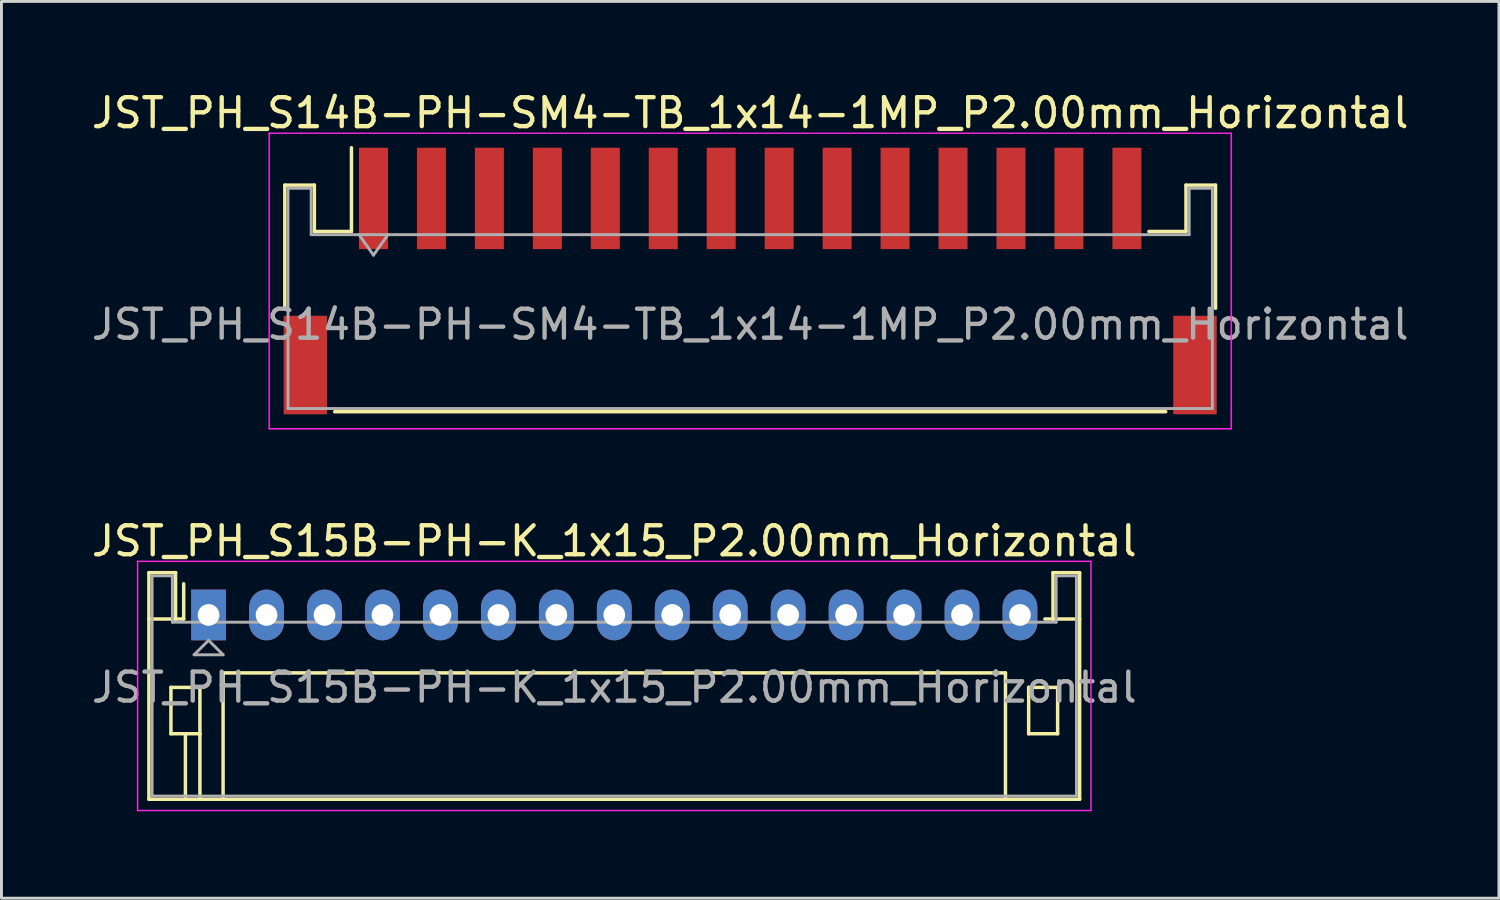
<source format=kicad_pcb>
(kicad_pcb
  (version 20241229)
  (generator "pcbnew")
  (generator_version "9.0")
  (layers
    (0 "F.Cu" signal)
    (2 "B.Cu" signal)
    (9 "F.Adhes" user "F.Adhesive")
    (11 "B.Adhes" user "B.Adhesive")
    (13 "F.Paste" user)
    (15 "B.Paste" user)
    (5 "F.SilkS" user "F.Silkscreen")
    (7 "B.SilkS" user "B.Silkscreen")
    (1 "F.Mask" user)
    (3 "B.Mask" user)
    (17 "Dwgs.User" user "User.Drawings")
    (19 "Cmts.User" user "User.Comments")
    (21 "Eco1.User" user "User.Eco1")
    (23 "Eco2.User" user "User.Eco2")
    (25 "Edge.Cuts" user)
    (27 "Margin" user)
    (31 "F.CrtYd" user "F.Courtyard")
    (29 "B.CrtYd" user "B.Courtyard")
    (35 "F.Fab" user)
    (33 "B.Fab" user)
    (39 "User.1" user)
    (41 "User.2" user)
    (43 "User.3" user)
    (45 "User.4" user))
  (footprint "JST_PH_S15B-PH-K_1x15_P2.00mm_Horizontal"
    (layer "F.Cu")
    (at 4.149 18.172)
    (property "Reference" "JST_PH_S15B-PH-K_1x15_P2.00mm_Horizontal" (at 14 -2.55 0) (layer "F.SilkS") (effects (font (size 1 1) (thickness 0.15))))
    (attr through_hole)
    (fp_line (start -2.06 -1.46) (end -2.06 6.36) (stroke (width 0.12) (type solid)) (layer "F.SilkS"))
    (fp_line (start -2.06 0.14) (end -1.14 0.14) (stroke (width 0.12) (type solid)) (layer "F.SilkS"))
    (fp_line (start -2.06 6.36) (end 30.06 6.36) (stroke (width 0.12) (type solid)) (layer "F.SilkS"))
    (fp_line (start -1.3 2.5) (end -1.3 4.1) (stroke (width 0.12) (type solid)) (layer "F.SilkS"))
    (fp_line (start -1.3 4.1) (end -0.3 4.1) (stroke (width 0.12) (type solid)) (layer "F.SilkS"))
    (fp_line (start -1.14 -1.46) (end -2.06 -1.46) (stroke (width 0.12) (type solid)) (layer "F.SilkS"))
    (fp_line (start -1.14 0.14) (end -1.14 -1.46) (stroke (width 0.12) (type solid)) (layer "F.SilkS"))
    (fp_line (start -0.86 0.14) (end -1.14 0.14) (stroke (width 0.12) (type solid)) (layer "F.SilkS"))
    (fp_line (start -0.86 0.14) (end -0.86 -1.075) (stroke (width 0.12) (type solid)) (layer "F.SilkS"))
    (fp_line (start -0.8 4.1) (end -0.8 6.36) (stroke (width 0.12) (type solid)) (layer "F.SilkS"))
    (fp_line (start -0.3 2.5) (end -1.3 2.5) (stroke (width 0.12) (type solid)) (layer "F.SilkS"))
    (fp_line (start -0.3 4.1) (end -0.3 2.5) (stroke (width 0.12) (type solid)) (layer "F.SilkS"))
    (fp_line (start -0.3 4.1) (end -0.3 6.36) (stroke (width 0.12) (type solid)) (layer "F.SilkS"))
    (fp_line (start 0.5 2) (end 27.5 2) (stroke (width 0.12) (type solid)) (layer "F.SilkS"))
    (fp_line (start 0.5 6.36) (end 0.5 2) (stroke (width 0.12) (type solid)) (layer "F.SilkS"))
    (fp_line (start 27.5 2) (end 27.5 6.36) (stroke (width 0.12) (type solid)) (layer "F.SilkS"))
    (fp_line (start 28.3 2.5) (end 29.3 2.5) (stroke (width 0.12) (type solid)) (layer "F.SilkS"))
    (fp_line (start 28.3 4.1) (end 28.3 2.5) (stroke (width 0.12) (type solid)) (layer "F.SilkS"))
    (fp_line (start 29.14 -1.46) (end 29.14 0.14) (stroke (width 0.12) (type solid)) (layer "F.SilkS"))
    (fp_line (start 29.14 0.14) (end 28.86 0.14) (stroke (width 0.12) (type solid)) (layer "F.SilkS"))
    (fp_line (start 29.3 2.5) (end 29.3 4.1) (stroke (width 0.12) (type solid)) (layer "F.SilkS"))
    (fp_line (start 29.3 4.1) (end 28.3 4.1) (stroke (width 0.12) (type solid)) (layer "F.SilkS"))
    (fp_line (start 30.06 -1.46) (end 29.14 -1.46) (stroke (width 0.12) (type solid)) (layer "F.SilkS"))
    (fp_line (start 30.06 0.14) (end 29.14 0.14) (stroke (width 0.12) (type solid)) (layer "F.SilkS"))
    (fp_line (start 30.06 6.36) (end 30.06 -1.46) (stroke (width 0.12) (type solid)) (layer "F.SilkS"))
    (fp_line (start -2.45 -1.85) (end -2.45 6.75) (stroke (width 0.05) (type solid)) (layer "F.CrtYd"))
    (fp_line (start -2.45 6.75) (end 30.45 6.75) (stroke (width 0.05) (type solid)) (layer "F.CrtYd"))
    (fp_line (start 30.45 -1.85) (end -2.45 -1.85) (stroke (width 0.05) (type solid)) (layer "F.CrtYd"))
    (fp_line (start 30.45 6.75) (end 30.45 -1.85) (stroke (width 0.05) (type solid)) (layer "F.CrtYd"))
    (fp_line (start -1.95 -1.35) (end -1.95 6.25) (stroke (width 0.1) (type solid)) (layer "F.Fab"))
    (fp_line (start -1.95 6.25) (end 29.95 6.25) (stroke (width 0.1) (type solid)) (layer "F.Fab"))
    (fp_line (start -1.25 -1.35) (end -1.95 -1.35) (stroke (width 0.1) (type solid)) (layer "F.Fab"))
    (fp_line (start -1.25 0.25) (end -1.25 -1.35) (stroke (width 0.1) (type solid)) (layer "F.Fab"))
    (fp_line (start -0.5 1.375) (end 0.5 1.375) (stroke (width 0.1) (type solid)) (layer "F.Fab"))
    (fp_line (start 0 0.875) (end -0.5 1.375) (stroke (width 0.1) (type solid)) (layer "F.Fab"))
    (fp_line (start 0.5 1.375) (end 0 0.875) (stroke (width 0.1) (type solid)) (layer "F.Fab"))
    (fp_line (start 29.25 -1.35) (end 29.25 0.25) (stroke (width 0.1) (type solid)) (layer "F.Fab"))
    (fp_line (start 29.25 0.25) (end -1.25 0.25) (stroke (width 0.1) (type solid)) (layer "F.Fab"))
    (fp_line (start 29.95 -1.35) (end 29.25 -1.35) (stroke (width 0.1) (type solid)) (layer "F.Fab"))
    (fp_line (start 29.95 6.25) (end 29.95 -1.35) (stroke (width 0.1) (type solid)) (layer "F.Fab"))
    (fp_text user "${REFERENCE}" (at 14 2.5 0) (layer "F.Fab") (effects (font (size 1 1) (thickness 0.15))))
    (pad "1" thru_hole rect (at 0 0) (size 1.2 1.75) (drill 0.75) (layers "*.Cu" "*.Mask"))
    (pad "2" thru_hole oval (at 2 0) (size 1.2 1.75) (drill 0.75) (layers "*.Cu" "*.Mask"))
    (pad "3" thru_hole oval (at 4 0) (size 1.2 1.75) (drill 0.75) (layers "*.Cu" "*.Mask"))
    (pad "4" thru_hole oval (at 6 0) (size 1.2 1.75) (drill 0.75) (layers "*.Cu" "*.Mask"))
    (pad "5" thru_hole oval (at 8 0) (size 1.2 1.75) (drill 0.75) (layers "*.Cu" "*.Mask"))
    (pad "6" thru_hole oval (at 10 0) (size 1.2 1.75) (drill 0.75) (layers "*.Cu" "*.Mask"))
    (pad "7" thru_hole oval (at 12 0) (size 1.2 1.75) (drill 0.75) (layers "*.Cu" "*.Mask"))
    (pad "8" thru_hole oval (at 14 0) (size 1.2 1.75) (drill 0.75) (layers "*.Cu" "*.Mask"))
    (pad "9" thru_hole oval (at 16 0) (size 1.2 1.75) (drill 0.75) (layers "*.Cu" "*.Mask"))
    (pad "10" thru_hole oval (at 18 0) (size 1.2 1.75) (drill 0.75) (layers "*.Cu" "*.Mask"))
    (pad "11" thru_hole oval (at 20 0) (size 1.2 1.75) (drill 0.75) (layers "*.Cu" "*.Mask"))
    (pad "12" thru_hole oval (at 22 0) (size 1.2 1.75) (drill 0.75) (layers "*.Cu" "*.Mask"))
    (pad "13" thru_hole oval (at 24 0) (size 1.2 1.75) (drill 0.75) (layers "*.Cu" "*.Mask"))
    (pad "14" thru_hole oval (at 26 0) (size 1.2 1.75) (drill 0.75) (layers "*.Cu" "*.Mask"))
    (pad "15" thru_hole oval (at 28 0) (size 1.2 1.75) (drill 0.75) (layers "*.Cu" "*.Mask")))
  (footprint "JST_PH_S14B-PH-SM4-TB_1x14-1MP_P2.00mm_Horizontal"
    (layer "F.Cu")
    (at 22.839 6.648)
    (property "Reference" "JST_PH_S14B-PH-SM4-TB_1x14-1MP_P2.00mm_Horizontal" (at 0 -5.8 0) (layer "F.SilkS") (effects (font (size 1 1) (thickness 0.15))))
    (attr smd)
    (fp_line (start -16.06 -3.31) (end -15.04 -3.31) (stroke (width 0.12) (type solid)) (layer "F.SilkS"))
    (fp_line (start -16.06 0.94) (end -16.06 -3.31) (stroke (width 0.12) (type solid)) (layer "F.SilkS"))
    (fp_line (start -15.04 -3.31) (end -15.04 -1.71) (stroke (width 0.12) (type solid)) (layer "F.SilkS"))
    (fp_line (start -15.04 -1.71) (end -13.76 -1.71) (stroke (width 0.12) (type solid)) (layer "F.SilkS"))
    (fp_line (start -14.34 4.51) (end 14.34 4.51) (stroke (width 0.12) (type solid)) (layer "F.SilkS"))
    (fp_line (start -13.76 -1.71) (end -13.76 -4.6) (stroke (width 0.12) (type solid)) (layer "F.SilkS"))
    (fp_line (start 15.04 -3.31) (end 15.04 -1.71) (stroke (width 0.12) (type solid)) (layer "F.SilkS"))
    (fp_line (start 15.04 -1.71) (end 13.76 -1.71) (stroke (width 0.12) (type solid)) (layer "F.SilkS"))
    (fp_line (start 16.06 -3.31) (end 15.04 -3.31) (stroke (width 0.12) (type solid)) (layer "F.SilkS"))
    (fp_line (start 16.06 0.94) (end 16.06 -3.31) (stroke (width 0.12) (type solid)) (layer "F.SilkS"))
    (fp_line (start -16.6 -5.1) (end -16.6 5.1) (stroke (width 0.05) (type solid)) (layer "F.CrtYd"))
    (fp_line (start -16.6 5.1) (end 16.6 5.1) (stroke (width 0.05) (type solid)) (layer "F.CrtYd"))
    (fp_line (start 16.6 -5.1) (end -16.6 -5.1) (stroke (width 0.05) (type solid)) (layer "F.CrtYd"))
    (fp_line (start 16.6 5.1) (end 16.6 -5.1) (stroke (width 0.05) (type solid)) (layer "F.CrtYd"))
    (fp_line (start -15.95 -3.2) (end -15.95 4.4) (stroke (width 0.1) (type solid)) (layer "F.Fab"))
    (fp_line (start -15.95 -3.2) (end -15.15 -3.2) (stroke (width 0.1) (type solid)) (layer "F.Fab"))
    (fp_line (start -15.95 4.4) (end 15.95 4.4) (stroke (width 0.1) (type solid)) (layer "F.Fab"))
    (fp_line (start -15.15 -3.2) (end -15.15 -1.6) (stroke (width 0.1) (type solid)) (layer "F.Fab"))
    (fp_line (start -15.15 -1.6) (end 15.15 -1.6) (stroke (width 0.1) (type solid)) (layer "F.Fab"))
    (fp_line (start -13.5 -1.6) (end -13 -0.893) (stroke (width 0.1) (type solid)) (layer "F.Fab"))
    (fp_line (start -13 -0.893) (end -12.5 -1.6) (stroke (width 0.1) (type solid)) (layer "F.Fab"))
    (fp_line (start 15.15 -3.2) (end 15.95 -3.2) (stroke (width 0.1) (type solid)) (layer "F.Fab"))
    (fp_line (start 15.15 -1.6) (end 15.15 -3.2) (stroke (width 0.1) (type solid)) (layer "F.Fab"))
    (fp_line (start 15.95 -3.2) (end 15.95 4.4) (stroke (width 0.1) (type solid)) (layer "F.Fab"))
    (fp_text user "${REFERENCE}" (at 0 1.5 0) (layer "F.Fab") (effects (font (size 1 1) (thickness 0.15))))
    (pad "1" smd rect (at -13 -2.85) (size 1 3.5) (layers "F.Cu" "F.Mask" "F.Paste"))
    (pad "2" smd rect (at -11 -2.85) (size 1 3.5) (layers "F.Cu" "F.Mask" "F.Paste"))
    (pad "3" smd rect (at -9 -2.85) (size 1 3.5) (layers "F.Cu" "F.Mask" "F.Paste"))
    (pad "4" smd rect (at -7 -2.85) (size 1 3.5) (layers "F.Cu" "F.Mask" "F.Paste"))
    (pad "5" smd rect (at -5 -2.85) (size 1 3.5) (layers "F.Cu" "F.Mask" "F.Paste"))
    (pad "6" smd rect (at -3 -2.85) (size 1 3.5) (layers "F.Cu" "F.Mask" "F.Paste"))
    (pad "7" smd rect (at -1 -2.85) (size 1 3.5) (layers "F.Cu" "F.Mask" "F.Paste"))
    (pad "8" smd rect (at 1 -2.85) (size 1 3.5) (layers "F.Cu" "F.Mask" "F.Paste"))
    (pad "9" smd rect (at 3 -2.85) (size 1 3.5) (layers "F.Cu" "F.Mask" "F.Paste"))
    (pad "10" smd rect (at 5 -2.85) (size 1 3.5) (layers "F.Cu" "F.Mask" "F.Paste"))
    (pad "11" smd rect (at 7 -2.85) (size 1 3.5) (layers "F.Cu" "F.Mask" "F.Paste"))
    (pad "12" smd rect (at 9 -2.85) (size 1 3.5) (layers "F.Cu" "F.Mask" "F.Paste"))
    (pad "13" smd rect (at 11 -2.85) (size 1 3.5) (layers "F.Cu" "F.Mask" "F.Paste"))
    (pad "14" smd rect (at 13 -2.85) (size 1 3.5) (layers "F.Cu" "F.Mask" "F.Paste"))
    (pad "MP" smd rect (at -15.35 2.9) (size 1.5 3.4) (layers "F.Cu" "F.Mask" "F.Paste"))
    (pad "MP" smd rect (at 15.35 2.9) (size 1.5 3.4) (layers "F.Cu" "F.Mask" "F.Paste")))
  (gr_rect
    (start -3 -3)
    (end 48.679 27.947)
    (stroke (width 0.1) (type default))
    (fill no)
    (layer "Edge.Cuts")))
</source>
